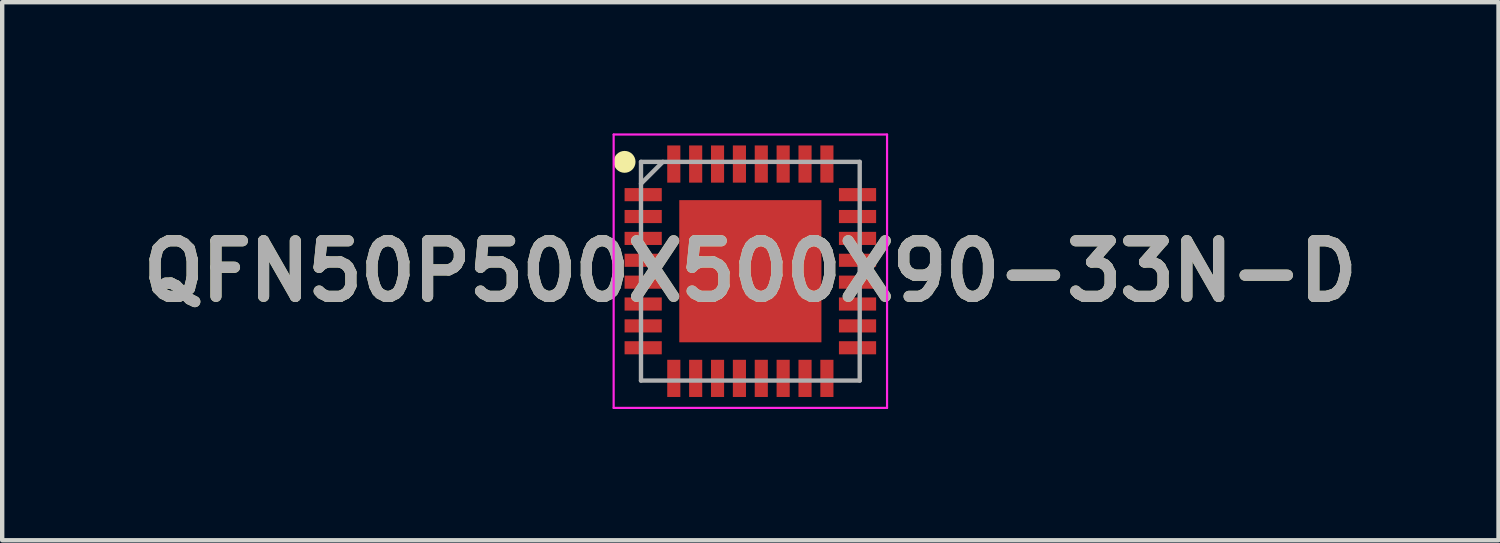
<source format=kicad_pcb>
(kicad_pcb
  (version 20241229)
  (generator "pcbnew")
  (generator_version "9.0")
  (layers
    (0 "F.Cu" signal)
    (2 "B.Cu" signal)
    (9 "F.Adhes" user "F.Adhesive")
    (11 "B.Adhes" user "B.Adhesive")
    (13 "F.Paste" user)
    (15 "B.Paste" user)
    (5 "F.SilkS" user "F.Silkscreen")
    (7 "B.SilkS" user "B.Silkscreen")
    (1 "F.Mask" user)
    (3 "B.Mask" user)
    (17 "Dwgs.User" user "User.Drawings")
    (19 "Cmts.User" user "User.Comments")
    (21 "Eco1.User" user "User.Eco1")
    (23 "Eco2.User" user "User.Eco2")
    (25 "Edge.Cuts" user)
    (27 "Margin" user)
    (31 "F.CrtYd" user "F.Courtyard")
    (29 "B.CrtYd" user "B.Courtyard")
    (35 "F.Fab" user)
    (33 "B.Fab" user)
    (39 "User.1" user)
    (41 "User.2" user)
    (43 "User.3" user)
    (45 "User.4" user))
  (footprint "QFN50P500X500X90-33N-D"
    (layer "F.Cu")
    (at 14.103 3.15)
    (property "Reference" "QFN50P500X500X90-33N-D" (at 0 0 0) (layer "F.SilkS") (effects (font (size 1.27 1.27) (thickness 0.254))))
    (attr smd)
    (fp_circle (center -2.875 -2.5) (end -2.875 -2.375) (stroke (width 0.25) (type solid)) (fill no) (layer "F.SilkS"))
    (fp_line (start -3.125 -3.125) (end 3.125 -3.125) (stroke (width 0.05) (type solid)) (layer "F.CrtYd"))
    (fp_line (start -3.125 3.125) (end -3.125 -3.125) (stroke (width 0.05) (type solid)) (layer "F.CrtYd"))
    (fp_line (start 3.125 -3.125) (end 3.125 3.125) (stroke (width 0.05) (type solid)) (layer "F.CrtYd"))
    (fp_line (start 3.125 3.125) (end -3.125 3.125) (stroke (width 0.05) (type solid)) (layer "F.CrtYd"))
    (fp_line (start -2.5 -2.5) (end 2.5 -2.5) (stroke (width 0.1) (type solid)) (layer "F.Fab"))
    (fp_line (start -2.5 -2) (end -2 -2.5) (stroke (width 0.1) (type solid)) (layer "F.Fab"))
    (fp_line (start -2.5 2.5) (end -2.5 -2.5) (stroke (width 0.1) (type solid)) (layer "F.Fab"))
    (fp_line (start 2.5 -2.5) (end 2.5 2.5) (stroke (width 0.1) (type solid)) (layer "F.Fab"))
    (fp_line (start 2.5 2.5) (end -2.5 2.5) (stroke (width 0.1) (type solid)) (layer "F.Fab"))
    (fp_text user "${REFERENCE}" (at 0 0 0) (layer "F.Fab") (effects (font (size 1.27 1.27) (thickness 0.254))))
    (pad "1" smd rect (at -2.45 -1.75 90) (size 0.3 0.85) (layers "F.Cu" "F.Mask" "F.Paste"))
    (pad "2" smd rect (at -2.45 -1.25 90) (size 0.3 0.85) (layers "F.Cu" "F.Mask" "F.Paste"))
    (pad "3" smd rect (at -2.45 -0.75 90) (size 0.3 0.85) (layers "F.Cu" "F.Mask" "F.Paste"))
    (pad "4" smd rect (at -2.45 -0.25 90) (size 0.3 0.85) (layers "F.Cu" "F.Mask" "F.Paste"))
    (pad "5" smd rect (at -2.45 0.25 90) (size 0.3 0.85) (layers "F.Cu" "F.Mask" "F.Paste"))
    (pad "6" smd rect (at -2.45 0.75 90) (size 0.3 0.85) (layers "F.Cu" "F.Mask" "F.Paste"))
    (pad "7" smd rect (at -2.45 1.25 90) (size 0.3 0.85) (layers "F.Cu" "F.Mask" "F.Paste"))
    (pad "8" smd rect (at -2.45 1.75 90) (size 0.3 0.85) (layers "F.Cu" "F.Mask" "F.Paste"))
    (pad "9" smd rect (at -1.75 2.45) (size 0.3 0.85) (layers "F.Cu" "F.Mask" "F.Paste"))
    (pad "10" smd rect (at -1.25 2.45) (size 0.3 0.85) (layers "F.Cu" "F.Mask" "F.Paste"))
    (pad "11" smd rect (at -0.75 2.45) (size 0.3 0.85) (layers "F.Cu" "F.Mask" "F.Paste"))
    (pad "12" smd rect (at -0.25 2.45) (size 0.3 0.85) (layers "F.Cu" "F.Mask" "F.Paste"))
    (pad "13" smd rect (at 0.25 2.45) (size 0.3 0.85) (layers "F.Cu" "F.Mask" "F.Paste"))
    (pad "14" smd rect (at 0.75 2.45) (size 0.3 0.85) (layers "F.Cu" "F.Mask" "F.Paste"))
    (pad "15" smd rect (at 1.25 2.45) (size 0.3 0.85) (layers "F.Cu" "F.Mask" "F.Paste"))
    (pad "16" smd rect (at 1.75 2.45) (size 0.3 0.85) (layers "F.Cu" "F.Mask" "F.Paste"))
    (pad "17" smd rect (at 2.45 1.75 90) (size 0.3 0.85) (layers "F.Cu" "F.Mask" "F.Paste"))
    (pad "18" smd rect (at 2.45 1.25 90) (size 0.3 0.85) (layers "F.Cu" "F.Mask" "F.Paste"))
    (pad "19" smd rect (at 2.45 0.75 90) (size 0.3 0.85) (layers "F.Cu" "F.Mask" "F.Paste"))
    (pad "20" smd rect (at 2.45 0.25 90) (size 0.3 0.85) (layers "F.Cu" "F.Mask" "F.Paste"))
    (pad "21" smd rect (at 2.45 -0.25 90) (size 0.3 0.85) (layers "F.Cu" "F.Mask" "F.Paste"))
    (pad "22" smd rect (at 2.45 -0.75 90) (size 0.3 0.85) (layers "F.Cu" "F.Mask" "F.Paste"))
    (pad "23" smd rect (at 2.45 -1.25 90) (size 0.3 0.85) (layers "F.Cu" "F.Mask" "F.Paste"))
    (pad "24" smd rect (at 2.45 -1.75 90) (size 0.3 0.85) (layers "F.Cu" "F.Mask" "F.Paste"))
    (pad "25" smd rect (at 1.75 -2.45) (size 0.3 0.85) (layers "F.Cu" "F.Mask" "F.Paste"))
    (pad "26" smd rect (at 1.25 -2.45) (size 0.3 0.85) (layers "F.Cu" "F.Mask" "F.Paste"))
    (pad "27" smd rect (at 0.75 -2.45) (size 0.3 0.85) (layers "F.Cu" "F.Mask" "F.Paste"))
    (pad "28" smd rect (at 0.25 -2.45) (size 0.3 0.85) (layers "F.Cu" "F.Mask" "F.Paste"))
    (pad "29" smd rect (at -0.25 -2.45) (size 0.3 0.85) (layers "F.Cu" "F.Mask" "F.Paste"))
    (pad "30" smd rect (at -0.75 -2.45) (size 0.3 0.85) (layers "F.Cu" "F.Mask" "F.Paste"))
    (pad "31" smd rect (at -1.25 -2.45) (size 0.3 0.85) (layers "F.Cu" "F.Mask" "F.Paste"))
    (pad "32" smd rect (at -1.75 -2.45) (size 0.3 0.85) (layers "F.Cu" "F.Mask" "F.Paste"))
    (pad "33" smd rect (at 0 0) (size 3.25 3.25) (layers "F.Cu" "F.Mask" "F.Paste")))
  (gr_rect
    (start -3 -3)
    (end 31.206 9.3)
    (stroke (width 0.1) (type default))
    (fill no)
    (layer "Edge.Cuts")))
</source>
